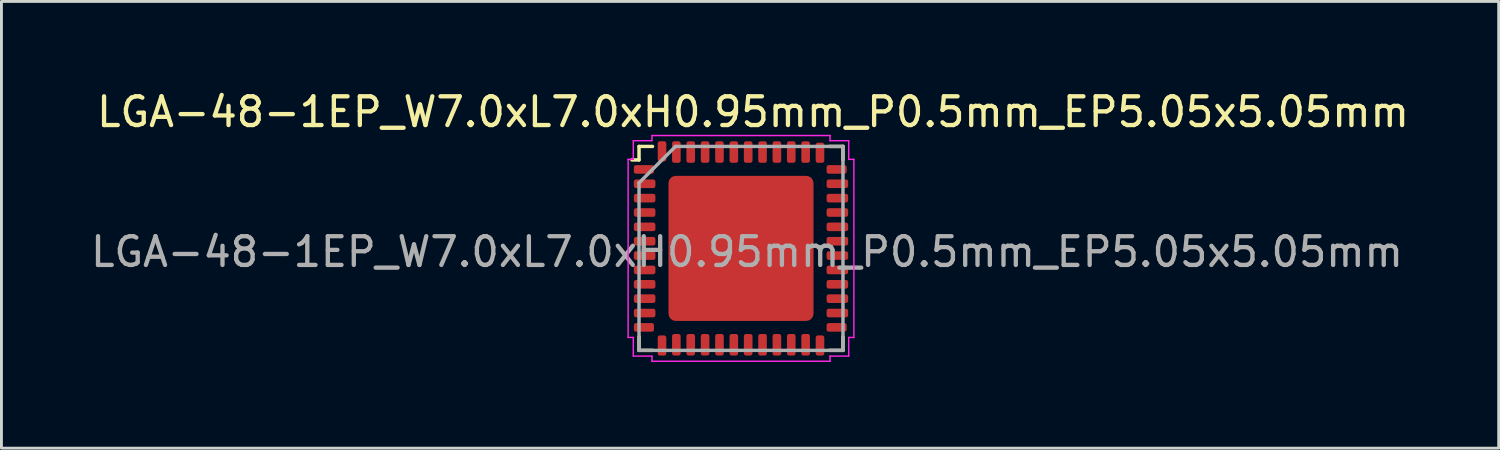
<source format=kicad_pcb>
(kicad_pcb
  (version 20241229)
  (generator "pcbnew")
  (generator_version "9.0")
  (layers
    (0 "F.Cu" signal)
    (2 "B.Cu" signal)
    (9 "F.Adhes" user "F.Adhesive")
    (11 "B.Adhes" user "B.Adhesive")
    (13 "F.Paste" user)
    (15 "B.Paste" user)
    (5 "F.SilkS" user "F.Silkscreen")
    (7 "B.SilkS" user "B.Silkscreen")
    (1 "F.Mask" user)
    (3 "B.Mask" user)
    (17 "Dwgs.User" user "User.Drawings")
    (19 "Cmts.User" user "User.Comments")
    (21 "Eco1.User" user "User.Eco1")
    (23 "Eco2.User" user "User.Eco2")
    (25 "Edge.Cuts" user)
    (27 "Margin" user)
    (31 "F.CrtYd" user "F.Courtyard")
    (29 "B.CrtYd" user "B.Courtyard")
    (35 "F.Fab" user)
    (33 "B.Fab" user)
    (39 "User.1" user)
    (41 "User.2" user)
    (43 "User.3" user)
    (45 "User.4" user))
  (footprint "LGA-48-1EP_W7.0xL7.0xH0.95mm_P0.5mm_EP5.05x5.05mm"
    (layer "F.Cu")
    (at 22.748 5.598)
    (property "Reference" "LGA-48-1EP_W7.0xL7.0xH0.95mm_P0.5mm_EP5.05x5.05mm" (at 0.42 -4.75 0) (layer "F.SilkS") (effects (font (size 1 1) (thickness 0.15))))
    (attr smd)
    (fp_line (start -3.55 -3.55) (end -3.08 -3.55) (stroke (width 0.12) (type solid)) (layer "F.SilkS"))
    (fp_line (start -3.55 -3.08) (end -3.8 -3.08) (stroke (width 0.12) (type solid)) (layer "F.SilkS"))
    (fp_line (start -3.55 -3.08) (end -3.55 -3.55) (stroke (width 0.12) (type solid)) (layer "F.SilkS"))
    (fp_line (start -3.55 3.08) (end -3.55 3.55) (stroke (width 0.12) (type solid)) (layer "F.SilkS"))
    (fp_line (start -3.55 3.55) (end -3.08 3.55) (stroke (width 0.12) (type solid)) (layer "F.SilkS"))
    (fp_line (start 3.55 -3.55) (end 3.08 -3.55) (stroke (width 0.12) (type solid)) (layer "F.SilkS"))
    (fp_line (start 3.55 -3.08) (end 3.55 -3.55) (stroke (width 0.12) (type solid)) (layer "F.SilkS"))
    (fp_line (start 3.55 3.08) (end 3.55 3.55) (stroke (width 0.12) (type solid)) (layer "F.SilkS"))
    (fp_line (start 3.55 3.55) (end 3.08 3.55) (stroke (width 0.12) (type solid)) (layer "F.SilkS"))
    (fp_line (start -3.93 -3.1) (end -3.93 3.1) (stroke (width 0.05) (type solid)) (layer "F.CrtYd"))
    (fp_line (start -3.93 3.1) (end -3.75 3.1) (stroke (width 0.05) (type solid)) (layer "F.CrtYd"))
    (fp_line (start -3.75 -3.75) (end -3.75 -3.1) (stroke (width 0.05) (type solid)) (layer "F.CrtYd"))
    (fp_line (start -3.75 -3.1) (end -3.93 -3.1) (stroke (width 0.05) (type solid)) (layer "F.CrtYd"))
    (fp_line (start -3.75 3.1) (end -3.75 3.75) (stroke (width 0.05) (type solid)) (layer "F.CrtYd"))
    (fp_line (start -3.75 3.75) (end -3.1 3.75) (stroke (width 0.05) (type solid)) (layer "F.CrtYd"))
    (fp_line (start -3.1 -3.93) (end -3.1 -3.75) (stroke (width 0.05) (type solid)) (layer "F.CrtYd"))
    (fp_line (start -3.1 -3.75) (end -3.75 -3.75) (stroke (width 0.05) (type solid)) (layer "F.CrtYd"))
    (fp_line (start -3.1 3.75) (end -3.1 3.93) (stroke (width 0.05) (type solid)) (layer "F.CrtYd"))
    (fp_line (start -3.1 3.93) (end 3.1 3.93) (stroke (width 0.05) (type solid)) (layer "F.CrtYd"))
    (fp_line (start 3.1 -3.93) (end -3.1 -3.93) (stroke (width 0.05) (type solid)) (layer "F.CrtYd"))
    (fp_line (start 3.1 -3.75) (end 3.1 -3.93) (stroke (width 0.05) (type solid)) (layer "F.CrtYd"))
    (fp_line (start 3.1 3.75) (end 3.75 3.75) (stroke (width 0.05) (type solid)) (layer "F.CrtYd"))
    (fp_line (start 3.1 3.93) (end 3.1 3.75) (stroke (width 0.05) (type solid)) (layer "F.CrtYd"))
    (fp_line (start 3.75 -3.75) (end 3.1 -3.75) (stroke (width 0.05) (type solid)) (layer "F.CrtYd"))
    (fp_line (start 3.75 -3.1) (end 3.75 -3.75) (stroke (width 0.05) (type solid)) (layer "F.CrtYd"))
    (fp_line (start 3.75 3.1) (end 3.93 3.1) (stroke (width 0.05) (type solid)) (layer "F.CrtYd"))
    (fp_line (start 3.75 3.75) (end 3.75 3.1) (stroke (width 0.05) (type solid)) (layer "F.CrtYd"))
    (fp_line (start 3.93 -3.1) (end 3.75 -3.1) (stroke (width 0.05) (type solid)) (layer "F.CrtYd"))
    (fp_line (start 3.93 3.1) (end 3.93 -3.1) (stroke (width 0.05) (type solid)) (layer "F.CrtYd"))
    (fp_line (start -3.55 -2.28) (end -2.28 -3.55) (stroke (width 0.12) (type solid)) (layer "F.Fab"))
    (fp_line (start -3.55 3.55) (end -3.55 -2.28) (stroke (width 0.12) (type solid)) (layer "F.Fab"))
    (fp_line (start -2.28 -3.55) (end 3.55 -3.55) (stroke (width 0.12) (type solid)) (layer "F.Fab"))
    (fp_line (start 3.55 -3.55) (end 3.55 3.55) (stroke (width 0.12) (type solid)) (layer "F.Fab"))
    (fp_line (start 3.55 3.55) (end -3.55 3.55) (stroke (width 0.12) (type solid)) (layer "F.Fab"))
    (fp_text user "${REFERENCE}" (at 0.21 0.12 0) (layer "F.Fab") (effects (font (size 1 1) (thickness 0.15))))
    (pad "" smd roundrect (at -1.265 -1.265) (size 1.79 1.79) (layers "F.Paste") (roundrect_rratio 0.14))
    (pad "" smd roundrect (at -1.265 1.265) (size 1.79 1.79) (layers "F.Paste") (roundrect_rratio 0.14))
    (pad "" smd roundrect (at 1.265 -1.265) (size 1.79 1.79) (layers "F.Paste") (roundrect_rratio 0.14))
    (pad "" smd roundrect (at 1.265 1.265) (size 1.79 1.79) (layers "F.Paste") (roundrect_rratio 0.14))
    (pad "1" smd roundrect (at -3.355 -2.75) (size 0.7 0.3) (drill (offset -0.025 0)) (layers "F.Cu" "F.Mask" "F.Paste") (roundrect_rratio 0.25))
    (pad "2" smd roundrect (at -3.355 -2.25) (size 0.75 0.3) (layers "F.Cu" "F.Mask" "F.Paste") (roundrect_rratio 0.25))
    (pad "3" smd roundrect (at -3.355 -1.75) (size 0.75 0.3) (layers "F.Cu" "F.Mask" "F.Paste") (roundrect_rratio 0.25))
    (pad "4" smd roundrect (at -3.355 -1.25) (size 0.75 0.3) (layers "F.Cu" "F.Mask" "F.Paste") (roundrect_rratio 0.25))
    (pad "5" smd roundrect (at -3.355 -0.75) (size 0.75 0.3) (layers "F.Cu" "F.Mask" "F.Paste") (roundrect_rratio 0.25))
    (pad "6" smd roundrect (at -3.355 -0.25) (size 0.75 0.3) (layers "F.Cu" "F.Mask" "F.Paste") (roundrect_rratio 0.25))
    (pad "7" smd roundrect (at -3.355 0.25) (size 0.75 0.3) (layers "F.Cu" "F.Mask" "F.Paste") (roundrect_rratio 0.25))
    (pad "8" smd roundrect (at -3.355 0.75) (size 0.75 0.3) (layers "F.Cu" "F.Mask" "F.Paste") (roundrect_rratio 0.25))
    (pad "9" smd roundrect (at -3.355 1.25) (size 0.75 0.3) (layers "F.Cu" "F.Mask" "F.Paste") (roundrect_rratio 0.25))
    (pad "10" smd roundrect (at -3.355 1.75) (size 0.75 0.3) (layers "F.Cu" "F.Mask" "F.Paste") (roundrect_rratio 0.25))
    (pad "11" smd roundrect (at -3.355 2.25) (size 0.75 0.3) (layers "F.Cu" "F.Mask" "F.Paste") (roundrect_rratio 0.25))
    (pad "12" smd roundrect (at -3.355 2.75) (size 0.7 0.3) (drill (offset -0.025 0)) (layers "F.Cu" "F.Mask" "F.Paste") (roundrect_rratio 0.25))
    (pad "13" smd roundrect (at -2.75 3.355 90) (size 0.7 0.3) (drill (offset -0.025 0)) (layers "F.Cu" "F.Mask" "F.Paste") (roundrect_rratio 0.25))
    (pad "14" smd roundrect (at -2.25 3.355 90) (size 0.75 0.3) (layers "F.Cu" "F.Mask" "F.Paste") (roundrect_rratio 0.25))
    (pad "15" smd roundrect (at -1.75 3.355 90) (size 0.75 0.3) (layers "F.Cu" "F.Mask" "F.Paste") (roundrect_rratio 0.25))
    (pad "16" smd roundrect (at -1.25 3.355 90) (size 0.75 0.3) (layers "F.Cu" "F.Mask" "F.Paste") (roundrect_rratio 0.25))
    (pad "17" smd roundrect (at -0.75 3.355 90) (size 0.75 0.3) (layers "F.Cu" "F.Mask" "F.Paste") (roundrect_rratio 0.25))
    (pad "18" smd roundrect (at -0.25 3.355 90) (size 0.75 0.3) (layers "F.Cu" "F.Mask" "F.Paste") (roundrect_rratio 0.25))
    (pad "19" smd roundrect (at 0.25 3.355 90) (size 0.75 0.3) (layers "F.Cu" "F.Mask" "F.Paste") (roundrect_rratio 0.25))
    (pad "20" smd roundrect (at 0.75 3.355 90) (size 0.75 0.3) (layers "F.Cu" "F.Mask" "F.Paste") (roundrect_rratio 0.25))
    (pad "21" smd roundrect (at 1.25 3.355 90) (size 0.75 0.3) (layers "F.Cu" "F.Mask" "F.Paste") (roundrect_rratio 0.25))
    (pad "22" smd roundrect (at 1.75 3.355 90) (size 0.75 0.3) (layers "F.Cu" "F.Mask" "F.Paste") (roundrect_rratio 0.25))
    (pad "23" smd roundrect (at 2.25 3.355 90) (size 0.75 0.3) (layers "F.Cu" "F.Mask" "F.Paste") (roundrect_rratio 0.25))
    (pad "24" smd roundrect (at 2.75 3.355 90) (size 0.7 0.3) (drill (offset -0.025 0)) (layers "F.Cu" "F.Mask" "F.Paste") (roundrect_rratio 0.25))
    (pad "25" smd roundrect (at 3.355 2.75) (size 0.7 0.3) (drill (offset -0.025 0)) (layers "F.Cu" "F.Mask" "F.Paste") (roundrect_rratio 0.25))
    (pad "26" smd roundrect (at 3.355 2.25) (size 0.75 0.3) (layers "F.Cu" "F.Mask" "F.Paste") (roundrect_rratio 0.25))
    (pad "27" smd roundrect (at 3.355 1.75) (size 0.75 0.3) (layers "F.Cu" "F.Mask" "F.Paste") (roundrect_rratio 0.25))
    (pad "28" smd roundrect (at 3.355 1.25) (size 0.75 0.3) (layers "F.Cu" "F.Mask" "F.Paste") (roundrect_rratio 0.25))
    (pad "29" smd roundrect (at 3.355 0.75) (size 0.75 0.3) (layers "F.Cu" "F.Mask" "F.Paste") (roundrect_rratio 0.25))
    (pad "30" smd roundrect (at 3.355 0.25) (size 0.75 0.3) (layers "F.Cu" "F.Mask" "F.Paste") (roundrect_rratio 0.25))
    (pad "31" smd roundrect (at 3.355 -0.25) (size 0.75 0.3) (layers "F.Cu" "F.Mask" "F.Paste") (roundrect_rratio 0.25))
    (pad "32" smd roundrect (at 3.355 -0.75) (size 0.75 0.3) (layers "F.Cu" "F.Mask" "F.Paste") (roundrect_rratio 0.25))
    (pad "33" smd roundrect (at 3.355 -1.25) (size 0.75 0.3) (layers "F.Cu" "F.Mask" "F.Paste") (roundrect_rratio 0.25))
    (pad "34" smd roundrect (at 3.355 -1.75) (size 0.75 0.3) (layers "F.Cu" "F.Mask" "F.Paste") (roundrect_rratio 0.25))
    (pad "35" smd roundrect (at 3.355 -2.25) (size 0.75 0.3) (layers "F.Cu" "F.Mask" "F.Paste") (roundrect_rratio 0.25))
    (pad "36" smd roundrect (at 3.355 -2.75) (size 0.7 0.3) (drill (offset -0.025 0)) (layers "F.Cu" "F.Mask" "F.Paste") (roundrect_rratio 0.25))
    (pad "37" smd roundrect (at 2.75 -3.355 90) (size 0.7 0.3) (drill (offset -0.025 0)) (layers "F.Cu" "F.Mask" "F.Paste") (roundrect_rratio 0.25))
    (pad "38" smd roundrect (at 2.25 -3.355 90) (size 0.75 0.3) (layers "F.Cu" "F.Mask" "F.Paste") (roundrect_rratio 0.25))
    (pad "39" smd roundrect (at 1.75 -3.355 90) (size 0.75 0.3) (layers "F.Cu" "F.Mask" "F.Paste") (roundrect_rratio 0.25))
    (pad "40" smd roundrect (at 1.25 -3.355 90) (size 0.75 0.3) (layers "F.Cu" "F.Mask" "F.Paste") (roundrect_rratio 0.25))
    (pad "41" smd roundrect (at 0.75 -3.355 90) (size 0.75 0.3) (layers "F.Cu" "F.Mask" "F.Paste") (roundrect_rratio 0.25))
    (pad "42" smd roundrect (at 0.25 -3.355 90) (size 0.75 0.3) (layers "F.Cu" "F.Mask" "F.Paste") (roundrect_rratio 0.25))
    (pad "43" smd roundrect (at -0.25 -3.355 90) (size 0.75 0.3) (layers "F.Cu" "F.Mask" "F.Paste") (roundrect_rratio 0.25))
    (pad "44" smd roundrect (at -0.75 -3.355 90) (size 0.75 0.3) (layers "F.Cu" "F.Mask" "F.Paste") (roundrect_rratio 0.25))
    (pad "45" smd roundrect (at -1.25 -3.355 90) (size 0.75 0.3) (layers "F.Cu" "F.Mask" "F.Paste") (roundrect_rratio 0.25))
    (pad "46" smd roundrect (at -1.75 -3.355 90) (size 0.75 0.3) (layers "F.Cu" "F.Mask" "F.Paste") (roundrect_rratio 0.25))
    (pad "47" smd roundrect (at -2.25 -3.355 90) (size 0.75 0.3) (layers "F.Cu" "F.Mask" "F.Paste") (roundrect_rratio 0.25))
    (pad "48" smd roundrect (at -2.75 -3.355 90) (size 0.7 0.3) (drill (offset 0.025 0)) (layers "F.Cu" "F.Mask" "F.Paste") (roundrect_rratio 0.25))
    (pad "49" smd roundrect (at 0 0) (size 5.05 5.05) (layers "F.Cu" "F.Mask") (roundrect_rratio 0.05)))
  (gr_rect
    (start -3 -3)
    (end 49.127 12.553)
    (stroke (width 0.1) (type default))
    (fill no)
    (layer "Edge.Cuts")))
</source>
